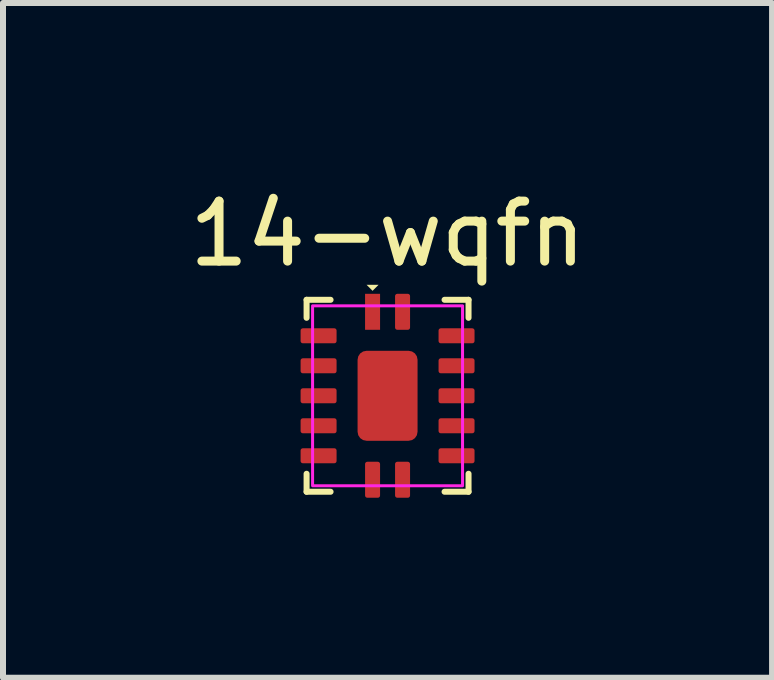
<source format=kicad_pcb>
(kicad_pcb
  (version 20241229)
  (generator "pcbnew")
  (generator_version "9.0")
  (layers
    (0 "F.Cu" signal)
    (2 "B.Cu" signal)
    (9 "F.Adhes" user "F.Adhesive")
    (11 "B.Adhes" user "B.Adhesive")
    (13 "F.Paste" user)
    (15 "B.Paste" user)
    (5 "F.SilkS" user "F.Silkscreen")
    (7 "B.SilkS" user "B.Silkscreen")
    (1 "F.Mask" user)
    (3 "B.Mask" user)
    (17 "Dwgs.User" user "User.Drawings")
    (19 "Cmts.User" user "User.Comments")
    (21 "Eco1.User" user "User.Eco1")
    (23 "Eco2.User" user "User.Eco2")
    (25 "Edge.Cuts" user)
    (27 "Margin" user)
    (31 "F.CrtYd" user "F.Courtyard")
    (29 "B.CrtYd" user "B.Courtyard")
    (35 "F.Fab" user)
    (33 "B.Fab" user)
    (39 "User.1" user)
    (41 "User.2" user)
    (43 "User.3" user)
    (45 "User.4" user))
  (footprint "14-wqfn"
    (layer "F.Cu")
    (at 3.161 2.048)
    (property "Reference" "14-wqfn" (at 0.25 -1.2 0) (unlocked yes) (layer "F.SilkS") (effects (font (size 1 1) (thickness 0.15))))
    (attr smd)
    (fp_line (start -1.1 -0.1) (end -1.1 0.2) (stroke (width 0.1) (type solid)) (layer "F.SilkS"))
    (fp_line (start -1.1 -0.1) (end -0.7 -0.1) (stroke (width 0.1) (type solid)) (layer "F.SilkS"))
    (fp_line (start -1.1 2.8) (end -1.1 3.1) (stroke (width 0.1) (type solid)) (layer "F.SilkS"))
    (fp_line (start -1.1 3.1) (end -0.7 3.1) (stroke (width 0.1) (type solid)) (layer "F.SilkS"))
    (fp_line (start 1.2 -0.1) (end 1.6 -0.1) (stroke (width 0.1) (type solid)) (layer "F.SilkS"))
    (fp_line (start 1.6 -0.1) (end 1.6 0.2) (stroke (width 0.1) (type solid)) (layer "F.SilkS"))
    (fp_line (start 1.6 3.1) (end 1.2 3.1) (stroke (width 0.1) (type solid)) (layer "F.SilkS"))
    (fp_line (start 1.6 3.1) (end 1.6 2.8) (stroke (width 0.1) (type solid)) (layer "F.SilkS"))
    (fp_poly (pts (xy 0 -0.25) (xy -0.1 -0.35) (xy 0.1 -0.35)) (stroke (width 0) (type solid)) (fill yes) (layer "F.SilkS"))
    (fp_rect (start -1 0) (end 1.5 3) (stroke (width 0.05) (type default)) (fill no) (layer "F.CrtYd"))
    (pad "1" smd rect (at 0 0.1 90) (size 0.6 0.25) (layers "F.Cu" "F.Mask" "F.Paste"))
    (pad "2" smd roundrect (at -0.9 0.5 180) (size 0.6 0.25) (layers "F.Cu" "F.Mask" "F.Paste") (roundrect_rratio 0.15))
    (pad "3" smd roundrect (at -0.9 1 180) (size 0.6 0.25) (layers "F.Cu" "F.Mask" "F.Paste") (roundrect_rratio 0.15))
    (pad "4" smd roundrect (at -0.9 1.5 180) (size 0.6 0.25) (layers "F.Cu" "F.Mask" "F.Paste") (roundrect_rratio 0.15))
    (pad "5" smd roundrect (at -0.9 2 180) (size 0.6 0.25) (layers "F.Cu" "F.Mask" "F.Paste") (roundrect_rratio 0.15))
    (pad "6" smd roundrect (at -0.9 2.5 180) (size 0.6 0.25) (layers "F.Cu" "F.Mask" "F.Paste") (roundrect_rratio 0.15))
    (pad "7" smd roundrect (at 0 2.9 270) (size 0.6 0.25) (layers "F.Cu" "F.Mask" "F.Paste") (roundrect_rratio 0.15))
    (pad "7" smd roundrect (at 0.25 1.5 180) (size 1 1.5) (layers "F.Cu" "F.Mask" "F.Paste") (roundrect_rratio 0.15))
    (pad "8" smd roundrect (at 0.5 2.9 270) (size 0.6 0.25) (layers "F.Cu" "F.Mask" "F.Paste") (roundrect_rratio 0.15))
    (pad "9" smd roundrect (at 1.4 2.5) (size 0.6 0.25) (layers "F.Cu" "F.Mask" "F.Paste") (roundrect_rratio 0.15))
    (pad "10" smd roundrect (at 1.4 2 180) (size 0.6 0.25) (layers "F.Cu" "F.Mask" "F.Paste") (roundrect_rratio 0.15))
    (pad "11" smd roundrect (at 1.4 1.5 180) (size 0.6 0.25) (layers "F.Cu" "F.Mask" "F.Paste") (roundrect_rratio 0.15))
    (pad "12" smd roundrect (at 1.4 1 180) (size 0.6 0.25) (layers "F.Cu" "F.Mask" "F.Paste") (roundrect_rratio 0.15))
    (pad "13" smd roundrect (at 1.4 0.5 180) (size 0.6 0.25) (layers "F.Cu" "F.Mask" "F.Paste") (roundrect_rratio 0.15))
    (pad "14" smd roundrect (at 0.5 0.1 90) (size 0.6 0.25) (layers "F.Cu" "F.Mask" "F.Paste") (roundrect_rratio 0.15)))
  (gr_rect
    (start -3 -3)
    (end 9.821 8.248)
    (stroke (width 0.1) (type default))
    (fill no)
    (layer "Edge.Cuts")))
</source>
